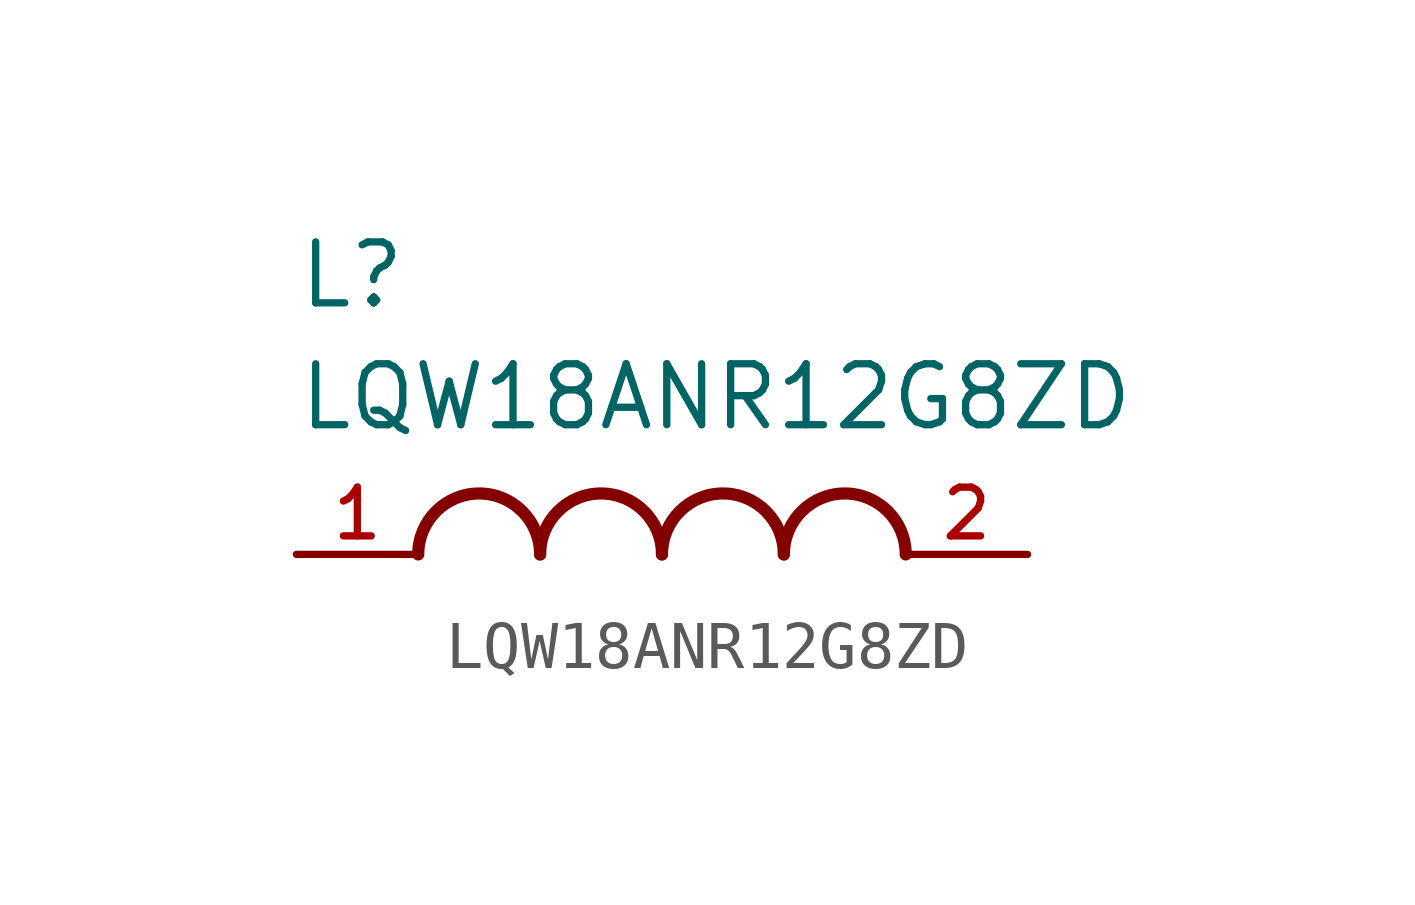
<source format=kicad_sym>
(kicad_symbol_lib
  (version 20211014)
  (generator kicad_symbol_editor)
  (symbol "LQW18ANR12G8ZD"
    (pin_names
      (offset 1.016))
    (property "Reference" "L"
      (at -7.62 5.08 0)
      (effects (font (size 1.27 1.27)) (justify bottom left)))
    (property "Value" "LQW18ANR12G8ZD"
      (at -7.62 2.54 0)
      (effects (font (size 1.27 1.27)) (justify bottom left)))
    (symbol "LQW18ANR12G8ZD_0_0"
      (arc (start -2.54 0.0) (mid -3.81 1.27) (end -5.08 0.0) (stroke (width 0.254) (type default) (color 0 0 0 0)) (fill (type none)))
      (arc (start 0.0 0.0) (mid -1.27 1.27) (end -2.54 0.0) (stroke (width 0.254) (type default) (color 0 0 0 0)) (fill (type none)))
      (arc (start 2.54 0.0) (mid 1.27 1.27) (end 0.0 0.0) (stroke (width 0.254) (type default) (color 0 0 0 0)) (fill (type none)))
      (arc (start 5.08 0.0) (mid 3.81 1.27) (end 2.54 0.0) (stroke (width 0.254) (type default) (color 0 0 0 0)) (fill (type none)))
      (pin passive line (at -7.62 0.0 0) (length 2.54) (name "~" (effects (font (size 1.016 1.016)))) (number "1" (effects (font (size 1.016 1.016)))))
      (pin passive line (at 7.62 0.0 180.0) (length 2.54) (name "~" (effects (font (size 1.016 1.016)))) (number "2" (effects (font (size 1.016 1.016))))))))
</source>
